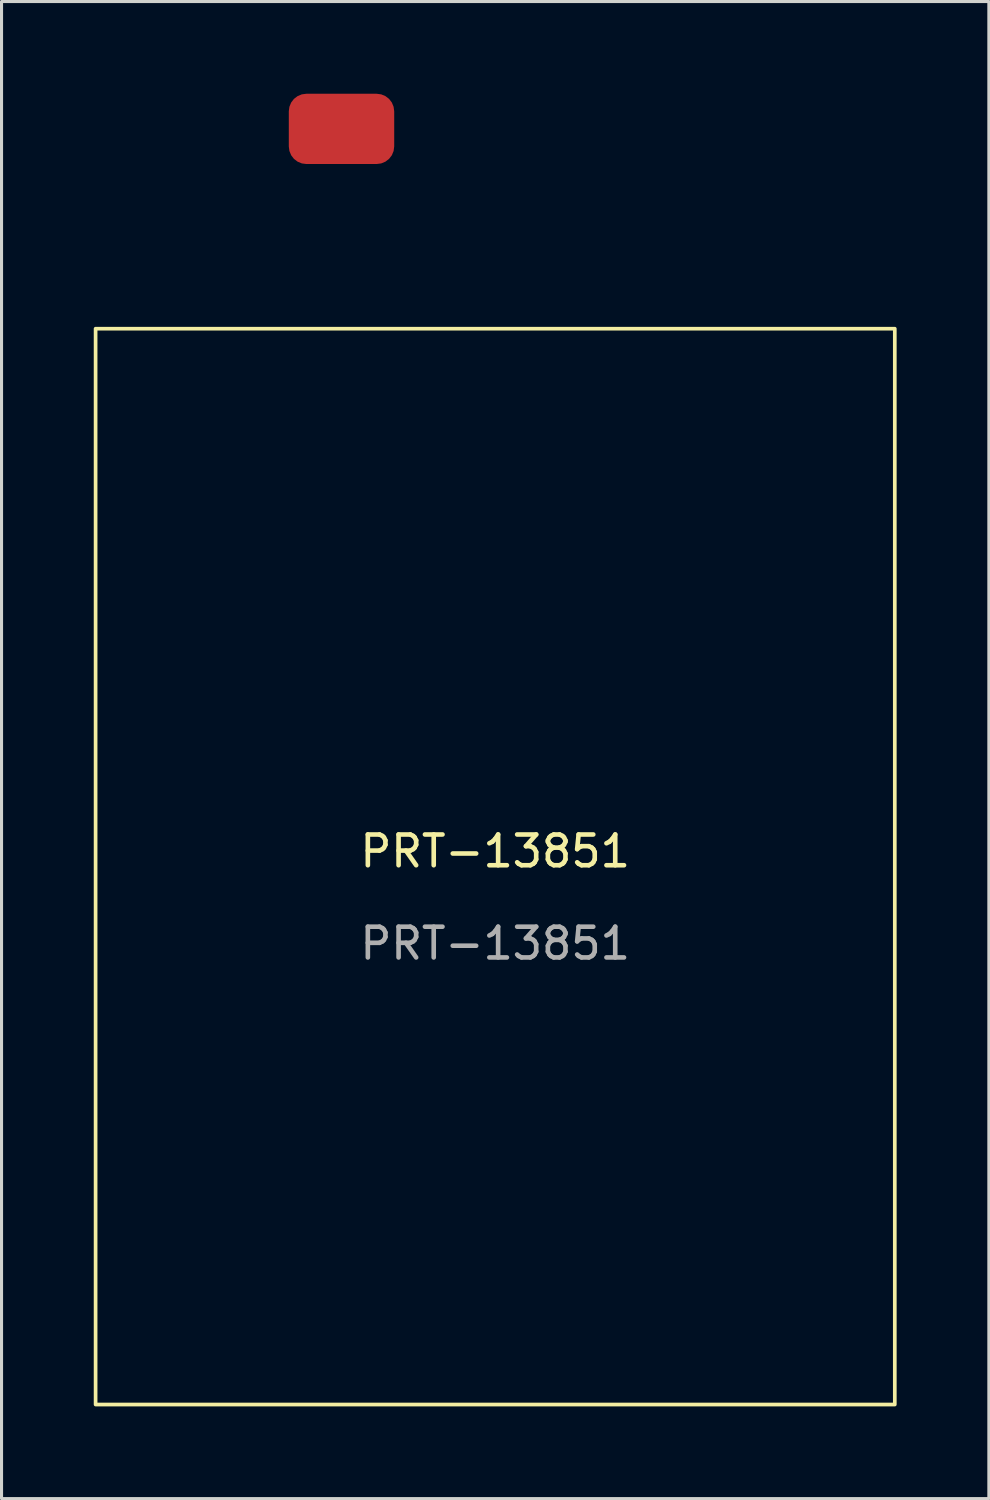
<source format=kicad_pcb>
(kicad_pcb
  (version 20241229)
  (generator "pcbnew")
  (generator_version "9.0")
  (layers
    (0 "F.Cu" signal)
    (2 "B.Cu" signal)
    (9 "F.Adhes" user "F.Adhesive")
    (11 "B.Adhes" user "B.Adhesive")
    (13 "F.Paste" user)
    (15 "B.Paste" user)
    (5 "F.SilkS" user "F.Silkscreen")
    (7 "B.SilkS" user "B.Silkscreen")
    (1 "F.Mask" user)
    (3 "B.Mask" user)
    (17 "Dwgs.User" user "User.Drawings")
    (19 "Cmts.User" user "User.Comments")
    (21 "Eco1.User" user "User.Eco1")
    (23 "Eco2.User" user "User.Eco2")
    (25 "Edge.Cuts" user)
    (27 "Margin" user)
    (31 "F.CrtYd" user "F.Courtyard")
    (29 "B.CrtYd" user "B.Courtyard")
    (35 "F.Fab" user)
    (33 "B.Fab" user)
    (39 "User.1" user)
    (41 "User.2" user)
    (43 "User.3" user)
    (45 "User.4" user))
  (footprint "PRT-13851"
    (layer "F.Cu")
    (at 13.06 25.143)
    (property "Reference" "PRT-13851" (at 0 -0.5 0) (unlocked yes) (layer "F.SilkS") (effects (font (size 1 1) (thickness 0.15))))
    (attr smd)
    (fp_rect (start -13 -17.5) (end 13 17.5) (stroke (width 0.12) (type solid)) (fill no) (layer "F.SilkS"))
    (fp_text user "${REFERENCE}" (at 0 2.5 0) (unlocked yes) (layer "F.Fab") (effects (font (size 1 1) (thickness 0.15))))
    (pad "1" smd roundrect (at -5 -24) (size 3.429 2.286) (layers "F.Cu" "F.Mask" "F.Paste") (roundrect_rratio 0.25)))
  (gr_rect
    (start -3 -3)
    (end 29.12 45.703)
    (stroke (width 0.1) (type default))
    (fill no)
    (layer "Edge.Cuts")))
</source>
